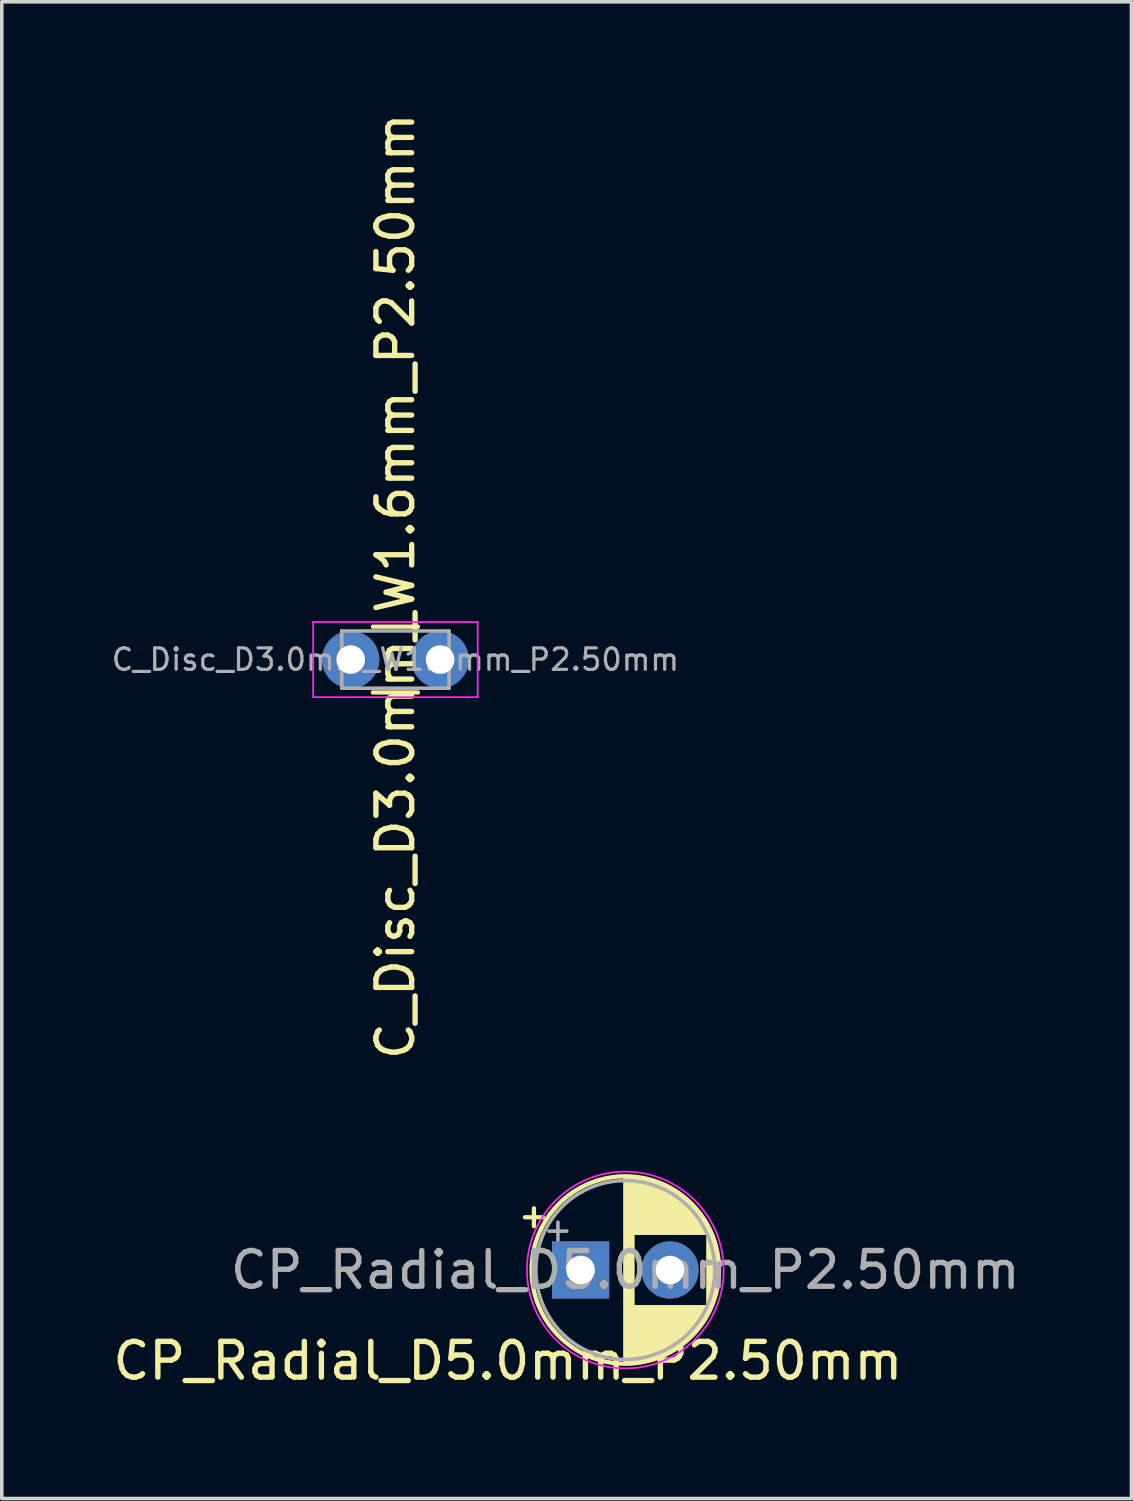
<source format=kicad_pcb>
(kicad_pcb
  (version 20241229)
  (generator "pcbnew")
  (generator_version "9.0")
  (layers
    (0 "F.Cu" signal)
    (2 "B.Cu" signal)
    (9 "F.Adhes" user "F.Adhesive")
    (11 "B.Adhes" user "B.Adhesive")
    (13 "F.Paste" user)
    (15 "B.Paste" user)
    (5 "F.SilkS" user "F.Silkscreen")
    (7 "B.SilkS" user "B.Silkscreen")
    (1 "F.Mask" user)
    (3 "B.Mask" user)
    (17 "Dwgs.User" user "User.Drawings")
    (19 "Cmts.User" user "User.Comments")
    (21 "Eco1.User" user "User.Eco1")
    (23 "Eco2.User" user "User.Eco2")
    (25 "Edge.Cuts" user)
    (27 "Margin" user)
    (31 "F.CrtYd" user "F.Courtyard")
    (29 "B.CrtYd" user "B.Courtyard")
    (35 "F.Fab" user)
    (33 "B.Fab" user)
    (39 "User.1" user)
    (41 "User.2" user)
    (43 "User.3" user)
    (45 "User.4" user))
  (footprint "C_Disc_D3.0mm_W1.6mm_P2.50mm"
    (layer "F.Cu")
    (at 6.754 15.389)
    (property "Reference" "C_Disc_D3.0mm_W1.6mm_P2.50mm" (at 1.25 -2.05 90) (layer "F.SilkS") (effects (font (size 1 1) (thickness 0.15))))
    (attr through_hole)
    (fp_line (start 0.621 -0.92) (end 1.879 -0.92) (stroke (width 0.12) (type solid)) (layer "F.SilkS"))
    (fp_line (start 0.621 0.92) (end 1.879 0.92) (stroke (width 0.12) (type solid)) (layer "F.SilkS"))
    (fp_line (start -1.05 -1.05) (end -1.05 1.05) (stroke (width 0.05) (type solid)) (layer "F.CrtYd"))
    (fp_line (start -1.05 1.05) (end 3.55 1.05) (stroke (width 0.05) (type solid)) (layer "F.CrtYd"))
    (fp_line (start 3.55 -1.05) (end -1.05 -1.05) (stroke (width 0.05) (type solid)) (layer "F.CrtYd"))
    (fp_line (start 3.55 1.05) (end 3.55 -1.05) (stroke (width 0.05) (type solid)) (layer "F.CrtYd"))
    (fp_line (start -0.25 -0.8) (end -0.25 0.8) (stroke (width 0.1) (type solid)) (layer "F.Fab"))
    (fp_line (start -0.25 0.8) (end 2.75 0.8) (stroke (width 0.1) (type solid)) (layer "F.Fab"))
    (fp_line (start 2.75 -0.8) (end -0.25 -0.8) (stroke (width 0.1) (type solid)) (layer "F.Fab"))
    (fp_line (start 2.75 0.8) (end 2.75 -0.8) (stroke (width 0.1) (type solid)) (layer "F.Fab"))
    (fp_text user "${REFERENCE}" (at 1.25 0 0) (layer "F.Fab") (effects (font (size 0.6 0.6) (thickness 0.09))))
    (pad "1" thru_hole circle (at 0 0 180) (size 1.6 1.6) (drill 0.8) (layers "*.Cu" "*.Mask"))
    (pad "2" thru_hole circle (at 2.5 0 180) (size 1.6 1.6) (drill 0.8) (layers "*.Cu" "*.Mask")))
  (footprint "CP_Radial_D5.0mm_P2.50mm"
    (layer "F.Cu")
    (at 13.181 32.454)
    (property "Reference" "CP_Radial_D5.0mm_P2.50mm" (at -2.032 2.54 0) (layer "F.SilkS") (effects (font (size 1 1) (thickness 0.15))))
    (attr through_hole)
    (fp_line (start -1.555 -1.475) (end -1.055 -1.475) (stroke (width 0.12) (type solid)) (layer "F.SilkS"))
    (fp_line (start -1.305 -1.725) (end -1.305 -1.225) (stroke (width 0.12) (type solid)) (layer "F.SilkS"))
    (fp_line (start 1.25 -2.58) (end 1.25 2.58) (stroke (width 0.12) (type solid)) (layer "F.SilkS"))
    (fp_line (start 1.29 -2.58) (end 1.29 2.58) (stroke (width 0.12) (type solid)) (layer "F.SilkS"))
    (fp_line (start 1.33 -2.579) (end 1.33 2.579) (stroke (width 0.12) (type solid)) (layer "F.SilkS"))
    (fp_line (start 1.37 -2.578) (end 1.37 2.578) (stroke (width 0.12) (type solid)) (layer "F.SilkS"))
    (fp_line (start 1.41 -2.576) (end 1.41 2.576) (stroke (width 0.12) (type solid)) (layer "F.SilkS"))
    (fp_line (start 1.45 -2.573) (end 1.45 2.573) (stroke (width 0.12) (type solid)) (layer "F.SilkS"))
    (fp_line (start 1.49 -2.569) (end 1.49 -1.04) (stroke (width 0.12) (type solid)) (layer "F.SilkS"))
    (fp_line (start 1.49 1.04) (end 1.49 2.569) (stroke (width 0.12) (type solid)) (layer "F.SilkS"))
    (fp_line (start 1.53 -2.565) (end 1.53 -1.04) (stroke (width 0.12) (type solid)) (layer "F.SilkS"))
    (fp_line (start 1.53 1.04) (end 1.53 2.565) (stroke (width 0.12) (type solid)) (layer "F.SilkS"))
    (fp_line (start 1.57 -2.561) (end 1.57 -1.04) (stroke (width 0.12) (type solid)) (layer "F.SilkS"))
    (fp_line (start 1.57 1.04) (end 1.57 2.561) (stroke (width 0.12) (type solid)) (layer "F.SilkS"))
    (fp_line (start 1.61 -2.556) (end 1.61 -1.04) (stroke (width 0.12) (type solid)) (layer "F.SilkS"))
    (fp_line (start 1.61 1.04) (end 1.61 2.556) (stroke (width 0.12) (type solid)) (layer "F.SilkS"))
    (fp_line (start 1.65 -2.55) (end 1.65 -1.04) (stroke (width 0.12) (type solid)) (layer "F.SilkS"))
    (fp_line (start 1.65 1.04) (end 1.65 2.55) (stroke (width 0.12) (type solid)) (layer "F.SilkS"))
    (fp_line (start 1.69 -2.543) (end 1.69 -1.04) (stroke (width 0.12) (type solid)) (layer "F.SilkS"))
    (fp_line (start 1.69 1.04) (end 1.69 2.543) (stroke (width 0.12) (type solid)) (layer "F.SilkS"))
    (fp_line (start 1.73 -2.536) (end 1.73 -1.04) (stroke (width 0.12) (type solid)) (layer "F.SilkS"))
    (fp_line (start 1.73 1.04) (end 1.73 2.536) (stroke (width 0.12) (type solid)) (layer "F.SilkS"))
    (fp_line (start 1.77 -2.528) (end 1.77 -1.04) (stroke (width 0.12) (type solid)) (layer "F.SilkS"))
    (fp_line (start 1.77 1.04) (end 1.77 2.528) (stroke (width 0.12) (type solid)) (layer "F.SilkS"))
    (fp_line (start 1.81 -2.52) (end 1.81 -1.04) (stroke (width 0.12) (type solid)) (layer "F.SilkS"))
    (fp_line (start 1.81 1.04) (end 1.81 2.52) (stroke (width 0.12) (type solid)) (layer "F.SilkS"))
    (fp_line (start 1.85 -2.511) (end 1.85 -1.04) (stroke (width 0.12) (type solid)) (layer "F.SilkS"))
    (fp_line (start 1.85 1.04) (end 1.85 2.511) (stroke (width 0.12) (type solid)) (layer "F.SilkS"))
    (fp_line (start 1.89 -2.501) (end 1.89 -1.04) (stroke (width 0.12) (type solid)) (layer "F.SilkS"))
    (fp_line (start 1.89 1.04) (end 1.89 2.501) (stroke (width 0.12) (type solid)) (layer "F.SilkS"))
    (fp_line (start 1.93 -2.491) (end 1.93 -1.04) (stroke (width 0.12) (type solid)) (layer "F.SilkS"))
    (fp_line (start 1.93 1.04) (end 1.93 2.491) (stroke (width 0.12) (type solid)) (layer "F.SilkS"))
    (fp_line (start 1.971 -2.48) (end 1.971 -1.04) (stroke (width 0.12) (type solid)) (layer "F.SilkS"))
    (fp_line (start 1.971 1.04) (end 1.971 2.48) (stroke (width 0.12) (type solid)) (layer "F.SilkS"))
    (fp_line (start 2.011 -2.468) (end 2.011 -1.04) (stroke (width 0.12) (type solid)) (layer "F.SilkS"))
    (fp_line (start 2.011 1.04) (end 2.011 2.468) (stroke (width 0.12) (type solid)) (layer "F.SilkS"))
    (fp_line (start 2.051 -2.455) (end 2.051 -1.04) (stroke (width 0.12) (type solid)) (layer "F.SilkS"))
    (fp_line (start 2.051 1.04) (end 2.051 2.455) (stroke (width 0.12) (type solid)) (layer "F.SilkS"))
    (fp_line (start 2.091 -2.442) (end 2.091 -1.04) (stroke (width 0.12) (type solid)) (layer "F.SilkS"))
    (fp_line (start 2.091 1.04) (end 2.091 2.442) (stroke (width 0.12) (type solid)) (layer "F.SilkS"))
    (fp_line (start 2.131 -2.428) (end 2.131 -1.04) (stroke (width 0.12) (type solid)) (layer "F.SilkS"))
    (fp_line (start 2.131 1.04) (end 2.131 2.428) (stroke (width 0.12) (type solid)) (layer "F.SilkS"))
    (fp_line (start 2.171 -2.414) (end 2.171 -1.04) (stroke (width 0.12) (type solid)) (layer "F.SilkS"))
    (fp_line (start 2.171 1.04) (end 2.171 2.414) (stroke (width 0.12) (type solid)) (layer "F.SilkS"))
    (fp_line (start 2.211 -2.398) (end 2.211 -1.04) (stroke (width 0.12) (type solid)) (layer "F.SilkS"))
    (fp_line (start 2.211 1.04) (end 2.211 2.398) (stroke (width 0.12) (type solid)) (layer "F.SilkS"))
    (fp_line (start 2.251 -2.382) (end 2.251 -1.04) (stroke (width 0.12) (type solid)) (layer "F.SilkS"))
    (fp_line (start 2.251 1.04) (end 2.251 2.382) (stroke (width 0.12) (type solid)) (layer "F.SilkS"))
    (fp_line (start 2.291 -2.365) (end 2.291 -1.04) (stroke (width 0.12) (type solid)) (layer "F.SilkS"))
    (fp_line (start 2.291 1.04) (end 2.291 2.365) (stroke (width 0.12) (type solid)) (layer "F.SilkS"))
    (fp_line (start 2.331 -2.348) (end 2.331 -1.04) (stroke (width 0.12) (type solid)) (layer "F.SilkS"))
    (fp_line (start 2.331 1.04) (end 2.331 2.348) (stroke (width 0.12) (type solid)) (layer "F.SilkS"))
    (fp_line (start 2.371 -2.329) (end 2.371 -1.04) (stroke (width 0.12) (type solid)) (layer "F.SilkS"))
    (fp_line (start 2.371 1.04) (end 2.371 2.329) (stroke (width 0.12) (type solid)) (layer "F.SilkS"))
    (fp_line (start 2.411 -2.31) (end 2.411 -1.04) (stroke (width 0.12) (type solid)) (layer "F.SilkS"))
    (fp_line (start 2.411 1.04) (end 2.411 2.31) (stroke (width 0.12) (type solid)) (layer "F.SilkS"))
    (fp_line (start 2.451 -2.29) (end 2.451 -1.04) (stroke (width 0.12) (type solid)) (layer "F.SilkS"))
    (fp_line (start 2.451 1.04) (end 2.451 2.29) (stroke (width 0.12) (type solid)) (layer "F.SilkS"))
    (fp_line (start 2.491 -2.268) (end 2.491 -1.04) (stroke (width 0.12) (type solid)) (layer "F.SilkS"))
    (fp_line (start 2.491 1.04) (end 2.491 2.268) (stroke (width 0.12) (type solid)) (layer "F.SilkS"))
    (fp_line (start 2.531 -2.247) (end 2.531 -1.04) (stroke (width 0.12) (type solid)) (layer "F.SilkS"))
    (fp_line (start 2.531 1.04) (end 2.531 2.247) (stroke (width 0.12) (type solid)) (layer "F.SilkS"))
    (fp_line (start 2.571 -2.224) (end 2.571 -1.04) (stroke (width 0.12) (type solid)) (layer "F.SilkS"))
    (fp_line (start 2.571 1.04) (end 2.571 2.224) (stroke (width 0.12) (type solid)) (layer "F.SilkS"))
    (fp_line (start 2.611 -2.2) (end 2.611 -1.04) (stroke (width 0.12) (type solid)) (layer "F.SilkS"))
    (fp_line (start 2.611 1.04) (end 2.611 2.2) (stroke (width 0.12) (type solid)) (layer "F.SilkS"))
    (fp_line (start 2.651 -2.175) (end 2.651 -1.04) (stroke (width 0.12) (type solid)) (layer "F.SilkS"))
    (fp_line (start 2.651 1.04) (end 2.651 2.175) (stroke (width 0.12) (type solid)) (layer "F.SilkS"))
    (fp_line (start 2.691 -2.149) (end 2.691 -1.04) (stroke (width 0.12) (type solid)) (layer "F.SilkS"))
    (fp_line (start 2.691 1.04) (end 2.691 2.149) (stroke (width 0.12) (type solid)) (layer "F.SilkS"))
    (fp_line (start 2.731 -2.122) (end 2.731 -1.04) (stroke (width 0.12) (type solid)) (layer "F.SilkS"))
    (fp_line (start 2.731 1.04) (end 2.731 2.122) (stroke (width 0.12) (type solid)) (layer "F.SilkS"))
    (fp_line (start 2.771 -2.095) (end 2.771 -1.04) (stroke (width 0.12) (type solid)) (layer "F.SilkS"))
    (fp_line (start 2.771 1.04) (end 2.771 2.095) (stroke (width 0.12) (type solid)) (layer "F.SilkS"))
    (fp_line (start 2.811 -2.065) (end 2.811 -1.04) (stroke (width 0.12) (type solid)) (layer "F.SilkS"))
    (fp_line (start 2.811 1.04) (end 2.811 2.065) (stroke (width 0.12) (type solid)) (layer "F.SilkS"))
    (fp_line (start 2.851 -2.035) (end 2.851 -1.04) (stroke (width 0.12) (type solid)) (layer "F.SilkS"))
    (fp_line (start 2.851 1.04) (end 2.851 2.035) (stroke (width 0.12) (type solid)) (layer "F.SilkS"))
    (fp_line (start 2.891 -2.004) (end 2.891 -1.04) (stroke (width 0.12) (type solid)) (layer "F.SilkS"))
    (fp_line (start 2.891 1.04) (end 2.891 2.004) (stroke (width 0.12) (type solid)) (layer "F.SilkS"))
    (fp_line (start 2.931 -1.971) (end 2.931 -1.04) (stroke (width 0.12) (type solid)) (layer "F.SilkS"))
    (fp_line (start 2.931 1.04) (end 2.931 1.971) (stroke (width 0.12) (type solid)) (layer "F.SilkS"))
    (fp_line (start 2.971 -1.937) (end 2.971 -1.04) (stroke (width 0.12) (type solid)) (layer "F.SilkS"))
    (fp_line (start 2.971 1.04) (end 2.971 1.937) (stroke (width 0.12) (type solid)) (layer "F.SilkS"))
    (fp_line (start 3.011 -1.901) (end 3.011 -1.04) (stroke (width 0.12) (type solid)) (layer "F.SilkS"))
    (fp_line (start 3.011 1.04) (end 3.011 1.901) (stroke (width 0.12) (type solid)) (layer "F.SilkS"))
    (fp_line (start 3.051 -1.864) (end 3.051 -1.04) (stroke (width 0.12) (type solid)) (layer "F.SilkS"))
    (fp_line (start 3.051 1.04) (end 3.051 1.864) (stroke (width 0.12) (type solid)) (layer "F.SilkS"))
    (fp_line (start 3.091 -1.826) (end 3.091 -1.04) (stroke (width 0.12) (type solid)) (layer "F.SilkS"))
    (fp_line (start 3.091 1.04) (end 3.091 1.826) (stroke (width 0.12) (type solid)) (layer "F.SilkS"))
    (fp_line (start 3.131 -1.785) (end 3.131 -1.04) (stroke (width 0.12) (type solid)) (layer "F.SilkS"))
    (fp_line (start 3.131 1.04) (end 3.131 1.785) (stroke (width 0.12) (type solid)) (layer "F.SilkS"))
    (fp_line (start 3.171 -1.743) (end 3.171 -1.04) (stroke (width 0.12) (type solid)) (layer "F.SilkS"))
    (fp_line (start 3.171 1.04) (end 3.171 1.743) (stroke (width 0.12) (type solid)) (layer "F.SilkS"))
    (fp_line (start 3.211 -1.699) (end 3.211 -1.04) (stroke (width 0.12) (type solid)) (layer "F.SilkS"))
    (fp_line (start 3.211 1.04) (end 3.211 1.699) (stroke (width 0.12) (type solid)) (layer "F.SilkS"))
    (fp_line (start 3.251 -1.653) (end 3.251 -1.04) (stroke (width 0.12) (type solid)) (layer "F.SilkS"))
    (fp_line (start 3.251 1.04) (end 3.251 1.653) (stroke (width 0.12) (type solid)) (layer "F.SilkS"))
    (fp_line (start 3.291 -1.605) (end 3.291 -1.04) (stroke (width 0.12) (type solid)) (layer "F.SilkS"))
    (fp_line (start 3.291 1.04) (end 3.291 1.605) (stroke (width 0.12) (type solid)) (layer "F.SilkS"))
    (fp_line (start 3.331 -1.554) (end 3.331 -1.04) (stroke (width 0.12) (type solid)) (layer "F.SilkS"))
    (fp_line (start 3.331 1.04) (end 3.331 1.554) (stroke (width 0.12) (type solid)) (layer "F.SilkS"))
    (fp_line (start 3.371 -1.5) (end 3.371 -1.04) (stroke (width 0.12) (type solid)) (layer "F.SilkS"))
    (fp_line (start 3.371 1.04) (end 3.371 1.5) (stroke (width 0.12) (type solid)) (layer "F.SilkS"))
    (fp_line (start 3.411 -1.443) (end 3.411 -1.04) (stroke (width 0.12) (type solid)) (layer "F.SilkS"))
    (fp_line (start 3.411 1.04) (end 3.411 1.443) (stroke (width 0.12) (type solid)) (layer "F.SilkS"))
    (fp_line (start 3.451 -1.383) (end 3.451 -1.04) (stroke (width 0.12) (type solid)) (layer "F.SilkS"))
    (fp_line (start 3.451 1.04) (end 3.451 1.383) (stroke (width 0.12) (type solid)) (layer "F.SilkS"))
    (fp_line (start 3.491 -1.319) (end 3.491 -1.04) (stroke (width 0.12) (type solid)) (layer "F.SilkS"))
    (fp_line (start 3.491 1.04) (end 3.491 1.319) (stroke (width 0.12) (type solid)) (layer "F.SilkS"))
    (fp_line (start 3.531 -1.251) (end 3.531 -1.04) (stroke (width 0.12) (type solid)) (layer "F.SilkS"))
    (fp_line (start 3.531 1.04) (end 3.531 1.251) (stroke (width 0.12) (type solid)) (layer "F.SilkS"))
    (fp_line (start 3.571 -1.178) (end 3.571 1.178) (stroke (width 0.12) (type solid)) (layer "F.SilkS"))
    (fp_line (start 3.611 -1.098) (end 3.611 1.098) (stroke (width 0.12) (type solid)) (layer "F.SilkS"))
    (fp_line (start 3.651 -1.011) (end 3.651 1.011) (stroke (width 0.12) (type solid)) (layer "F.SilkS"))
    (fp_line (start 3.691 -0.915) (end 3.691 0.915) (stroke (width 0.12) (type solid)) (layer "F.SilkS"))
    (fp_line (start 3.731 -0.805) (end 3.731 0.805) (stroke (width 0.12) (type solid)) (layer "F.SilkS"))
    (fp_line (start 3.771 -0.677) (end 3.771 0.677) (stroke (width 0.12) (type solid)) (layer "F.SilkS"))
    (fp_line (start 3.811 -0.518) (end 3.811 0.518) (stroke (width 0.12) (type solid)) (layer "F.SilkS"))
    (fp_line (start 3.851 -0.284) (end 3.851 0.284) (stroke (width 0.12) (type solid)) (layer "F.SilkS"))
    (fp_circle (center 1.25 0) (end 3.87 0) (stroke (width 0.12) (type solid)) (fill no) (layer "F.SilkS"))
    (fp_circle (center 1.25 0) (end 4 0) (stroke (width 0.05) (type solid)) (fill no) (layer "F.CrtYd"))
    (fp_line (start -0.884 -1.087) (end -0.384 -1.087) (stroke (width 0.1) (type solid)) (layer "F.Fab"))
    (fp_line (start -0.634 -1.337) (end -0.634 -0.838) (stroke (width 0.1) (type solid)) (layer "F.Fab"))
    (fp_circle (center 1.25 0) (end 3.75 0) (stroke (width 0.1) (type solid)) (fill no) (layer "F.Fab"))
    (fp_text user "${REFERENCE}" (at 1.25 0 0) (layer "F.Fab") (effects (font (size 1 1) (thickness 0.15))))
    (pad "1" thru_hole rect (at 0 0 180) (size 1.6 1.6) (drill 0.8) (layers "*.Cu" "*.Mask"))
    (pad "2" thru_hole circle (at 2.5 0 180) (size 1.6 1.6) (drill 0.8) (layers "*.Cu" "*.Mask")))
  (gr_rect
    (start -3 -3)
    (end 28.58 38.842)
    (stroke (width 0.1) (type default))
    (fill no)
    (layer "Edge.Cuts")))
</source>
